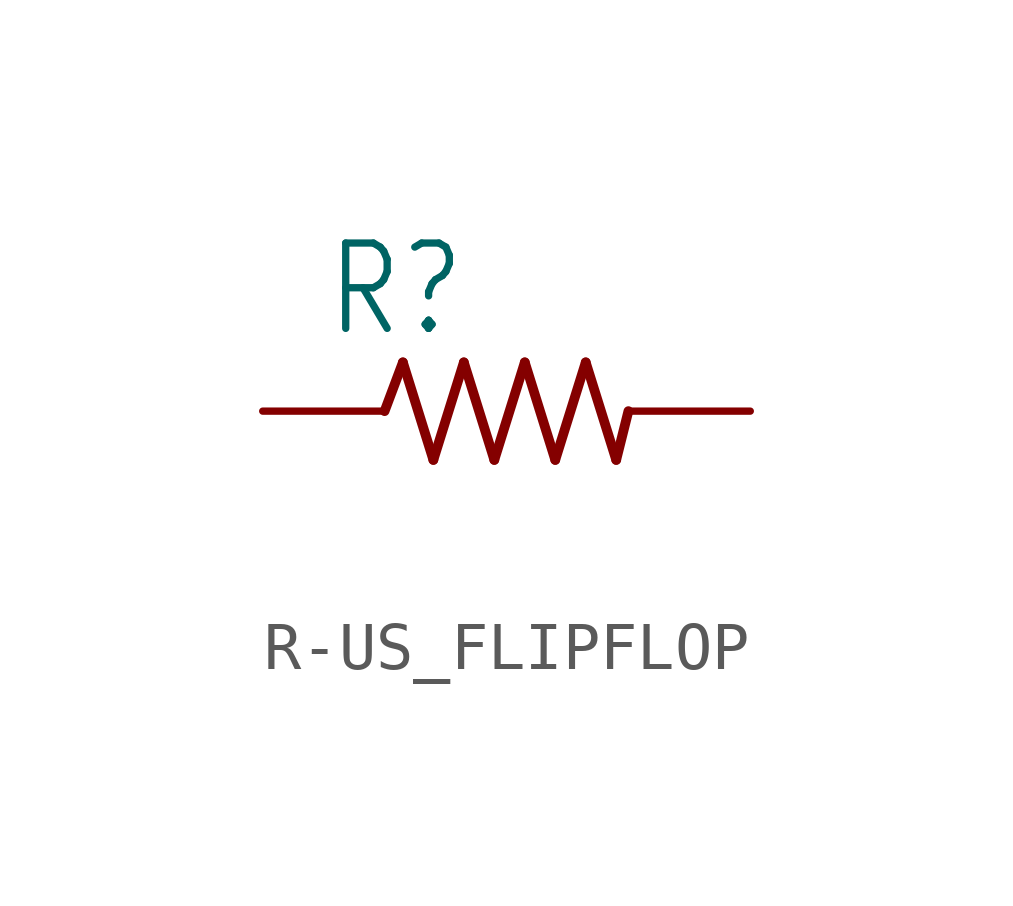
<source format=kicad_sym>
(kicad_symbol_lib
  (version 20220914)
  (generator kicad_symbol_editor)
  (symbol "R-US_FLIPFLOP"
    (property "Reference" "R"
      (at -3.81 1.499 0)
      (effects (font (size 1.778 1.511)) (justify left bottom)))
    (property "Value" ""
      (at -3.81 -3.302 0)
      (effects (font (size 1.778 1.511)) (justify left bottom)))
    (property "ki_locked" ""
      (at 0 0 0)
      (effects (font (size 1.27 1.27))))
    (symbol "R-US_FLIPFLOP_1_0"
      (polyline (pts (xy -2.54 0) (xy -2.159 1.016)) (stroke (width 0.203) (type solid)) (fill (type none)))
      (polyline (pts (xy -2.159 1.016) (xy -1.524 -1.016)) (stroke (width 0.203) (type solid)) (fill (type none)))
      (polyline (pts (xy -1.524 -1.016) (xy -0.889 1.016)) (stroke (width 0.203) (type solid)) (fill (type none)))
      (polyline (pts (xy -0.889 1.016) (xy -0.254 -1.016)) (stroke (width 0.203) (type solid)) (fill (type none)))
      (polyline (pts (xy -0.254 -1.016) (xy 0.381 1.016)) (stroke (width 0.203) (type solid)) (fill (type none)))
      (polyline (pts (xy 0.381 1.016) (xy 1.016 -1.016)) (stroke (width 0.203) (type solid)) (fill (type none)))
      (polyline (pts (xy 1.016 -1.016) (xy 1.651 1.016)) (stroke (width 0.203) (type solid)) (fill (type none)))
      (polyline (pts (xy 1.651 1.016) (xy 2.286 -1.016)) (stroke (width 0.203) (type solid)) (fill (type none)))
      (polyline (pts (xy 2.286 -1.016) (xy 2.54 0)) (stroke (width 0.203) (type solid)) (fill (type none)))
      (pin passive line (at -5.08 0 0) (length 2.54) (name "1" (effects (font (size 0 0)))) (number "1" (effects (font (size 0 0)))))
      (pin passive line (at 5.08 0 180) (length 2.54) (name "2" (effects (font (size 0 0)))) (number "2" (effects (font (size 0 0))))))))
</source>
